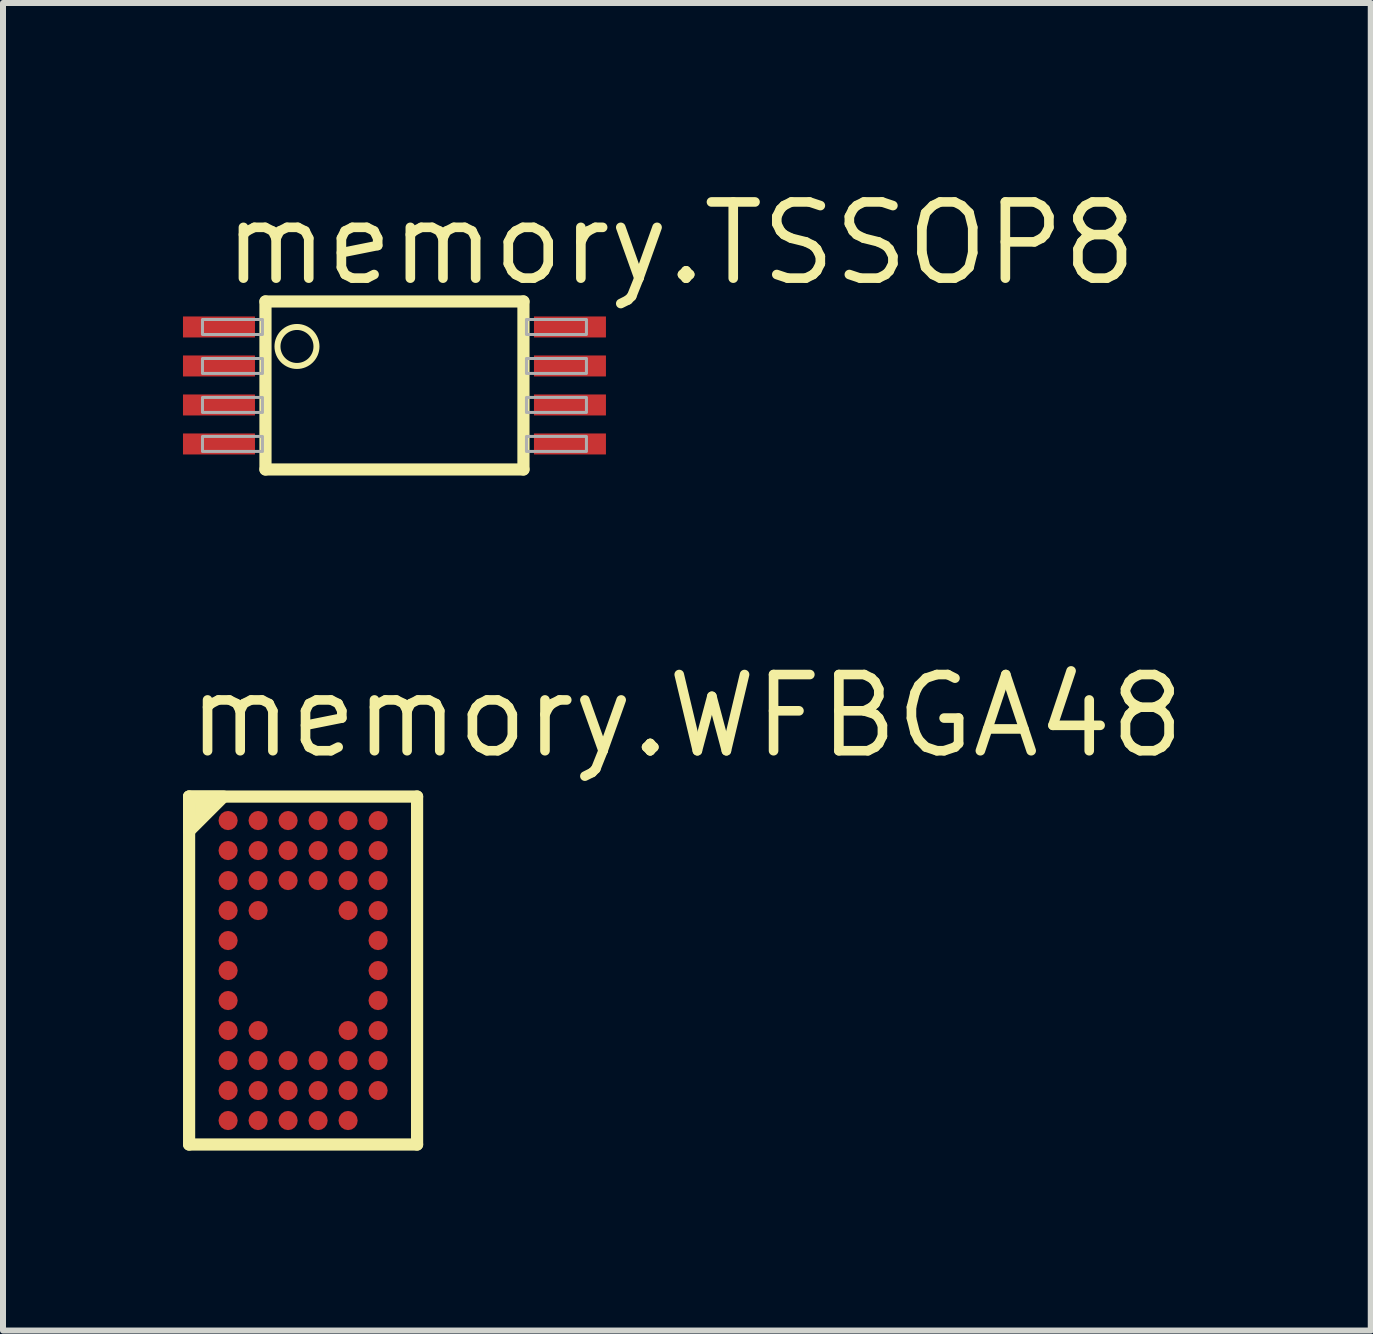
<source format=kicad_pcb>
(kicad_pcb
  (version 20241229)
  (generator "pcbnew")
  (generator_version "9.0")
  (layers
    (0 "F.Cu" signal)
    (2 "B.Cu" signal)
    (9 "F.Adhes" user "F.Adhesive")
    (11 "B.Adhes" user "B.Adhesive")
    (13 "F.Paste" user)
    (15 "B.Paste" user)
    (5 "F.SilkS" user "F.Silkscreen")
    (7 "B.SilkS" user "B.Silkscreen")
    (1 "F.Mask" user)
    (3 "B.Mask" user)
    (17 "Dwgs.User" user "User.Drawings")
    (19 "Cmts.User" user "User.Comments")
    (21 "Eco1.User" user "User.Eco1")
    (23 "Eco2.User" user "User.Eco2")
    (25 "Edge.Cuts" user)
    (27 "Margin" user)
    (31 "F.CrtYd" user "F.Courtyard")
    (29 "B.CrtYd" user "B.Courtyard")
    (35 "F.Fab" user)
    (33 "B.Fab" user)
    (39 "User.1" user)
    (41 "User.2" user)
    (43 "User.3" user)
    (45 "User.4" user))
  (footprint "memory.WFBGA48"
    (layer "F.Cu")
    (at 2.002 13.127)
    (property "Reference" "memory.WFBGA48" (at -2 -3.5 0) (layer "F.SilkS") (effects (font (size 1.27 1.27) (thickness 0.16)) (justify left bottom)))
    (attr smd)
    (fp_circle (center -1.25 -2.5) (end -1.09 -2.5) (stroke (width 0.1) (type default)) (fill no) (layer "F.Mask"))
    (fp_circle (center -1.25 -2) (end -1.09 -2) (stroke (width 0.1) (type default)) (fill no) (layer "F.Mask"))
    (fp_circle (center -1.25 -1.5) (end -1.09 -1.5) (stroke (width 0.1) (type default)) (fill no) (layer "F.Mask"))
    (fp_circle (center -1.25 -1) (end -1.09 -1) (stroke (width 0.1) (type default)) (fill no) (layer "F.Mask"))
    (fp_circle (center -1.25 -0.5) (end -1.09 -0.5) (stroke (width 0.1) (type default)) (fill no) (layer "F.Mask"))
    (fp_circle (center -1.25 0) (end -1.09 0) (stroke (width 0.1) (type default)) (fill no) (layer "F.Mask"))
    (fp_circle (center -1.25 0.5) (end -1.09 0.5) (stroke (width 0.1) (type default)) (fill no) (layer "F.Mask"))
    (fp_circle (center -1.25 1) (end -1.09 1) (stroke (width 0.1) (type default)) (fill no) (layer "F.Mask"))
    (fp_circle (center -1.25 1.5) (end -1.09 1.5) (stroke (width 0.1) (type default)) (fill no) (layer "F.Mask"))
    (fp_circle (center -1.25 2) (end -1.09 2) (stroke (width 0.1) (type default)) (fill no) (layer "F.Mask"))
    (fp_circle (center -1.25 2.5) (end -1.09 2.5) (stroke (width 0.1) (type default)) (fill no) (layer "F.Mask"))
    (fp_circle (center -0.75 -2.5) (end -0.59 -2.5) (stroke (width 0.1) (type default)) (fill no) (layer "F.Mask"))
    (fp_circle (center -0.75 -2) (end -0.59 -2) (stroke (width 0.1) (type default)) (fill no) (layer "F.Mask"))
    (fp_circle (center -0.75 -1.5) (end -0.59 -1.5) (stroke (width 0.1) (type default)) (fill no) (layer "F.Mask"))
    (fp_circle (center -0.75 -1) (end -0.59 -1) (stroke (width 0.1) (type default)) (fill no) (layer "F.Mask"))
    (fp_circle (center -0.75 1) (end -0.59 1) (stroke (width 0.1) (type default)) (fill no) (layer "F.Mask"))
    (fp_circle (center -0.75 1.5) (end -0.59 1.5) (stroke (width 0.1) (type default)) (fill no) (layer "F.Mask"))
    (fp_circle (center -0.75 2) (end -0.59 2) (stroke (width 0.1) (type default)) (fill no) (layer "F.Mask"))
    (fp_circle (center -0.75 2.5) (end -0.59 2.5) (stroke (width 0.1) (type default)) (fill no) (layer "F.Mask"))
    (fp_circle (center -0.25 -2.5) (end -0.09 -2.5) (stroke (width 0.1) (type default)) (fill no) (layer "F.Mask"))
    (fp_circle (center -0.25 -2) (end -0.09 -2) (stroke (width 0.1) (type default)) (fill no) (layer "F.Mask"))
    (fp_circle (center -0.25 -1.5) (end -0.09 -1.5) (stroke (width 0.1) (type default)) (fill no) (layer "F.Mask"))
    (fp_circle (center -0.25 1.5) (end -0.09 1.5) (stroke (width 0.1) (type default)) (fill no) (layer "F.Mask"))
    (fp_circle (center -0.25 2) (end -0.09 2) (stroke (width 0.1) (type default)) (fill no) (layer "F.Mask"))
    (fp_circle (center -0.25 2.5) (end -0.09 2.5) (stroke (width 0.1) (type default)) (fill no) (layer "F.Mask"))
    (fp_circle (center 0.25 -2.5) (end 0.41 -2.5) (stroke (width 0.1) (type default)) (fill no) (layer "F.Mask"))
    (fp_circle (center 0.25 -2) (end 0.41 -2) (stroke (width 0.1) (type default)) (fill no) (layer "F.Mask"))
    (fp_circle (center 0.25 -1.5) (end 0.41 -1.5) (stroke (width 0.1) (type default)) (fill no) (layer "F.Mask"))
    (fp_circle (center 0.25 1.5) (end 0.41 1.5) (stroke (width 0.1) (type default)) (fill no) (layer "F.Mask"))
    (fp_circle (center 0.25 2) (end 0.41 2) (stroke (width 0.1) (type default)) (fill no) (layer "F.Mask"))
    (fp_circle (center 0.25 2.5) (end 0.41 2.5) (stroke (width 0.1) (type default)) (fill no) (layer "F.Mask"))
    (fp_circle (center 0.75 -2.5) (end 0.91 -2.5) (stroke (width 0.1) (type default)) (fill no) (layer "F.Mask"))
    (fp_circle (center 0.75 -2) (end 0.91 -2) (stroke (width 0.1) (type default)) (fill no) (layer "F.Mask"))
    (fp_circle (center 0.75 -1.5) (end 0.91 -1.5) (stroke (width 0.1) (type default)) (fill no) (layer "F.Mask"))
    (fp_circle (center 0.75 -1) (end 0.91 -1) (stroke (width 0.1) (type default)) (fill no) (layer "F.Mask"))
    (fp_circle (center 0.75 1) (end 0.91 1) (stroke (width 0.1) (type default)) (fill no) (layer "F.Mask"))
    (fp_circle (center 0.75 1.5) (end 0.91 1.5) (stroke (width 0.1) (type default)) (fill no) (layer "F.Mask"))
    (fp_circle (center 0.75 2) (end 0.91 2) (stroke (width 0.1) (type default)) (fill no) (layer "F.Mask"))
    (fp_circle (center 0.75 2.5) (end 0.91 2.5) (stroke (width 0.1) (type default)) (fill no) (layer "F.Mask"))
    (fp_circle (center 1.25 -2.5) (end 1.41 -2.5) (stroke (width 0.1) (type default)) (fill no) (layer "F.Mask"))
    (fp_circle (center 1.25 -2) (end 1.41 -2) (stroke (width 0.1) (type default)) (fill no) (layer "F.Mask"))
    (fp_circle (center 1.25 -1.5) (end 1.41 -1.5) (stroke (width 0.1) (type default)) (fill no) (layer "F.Mask"))
    (fp_circle (center 1.25 -1) (end 1.41 -1) (stroke (width 0.1) (type default)) (fill no) (layer "F.Mask"))
    (fp_circle (center 1.25 -0.5) (end 1.41 -0.5) (stroke (width 0.1) (type default)) (fill no) (layer "F.Mask"))
    (fp_circle (center 1.25 0) (end 1.41 0) (stroke (width 0.1) (type default)) (fill no) (layer "F.Mask"))
    (fp_circle (center 1.25 0.5) (end 1.41 0.5) (stroke (width 0.1) (type default)) (fill no) (layer "F.Mask"))
    (fp_circle (center 1.25 1) (end 1.41 1) (stroke (width 0.1) (type default)) (fill no) (layer "F.Mask"))
    (fp_circle (center 1.25 1.5) (end 1.41 1.5) (stroke (width 0.1) (type default)) (fill no) (layer "F.Mask"))
    (fp_circle (center 1.25 2) (end 1.41 2) (stroke (width 0.1) (type default)) (fill no) (layer "F.Mask"))
    (fp_line (start -1.9 -2.9) (end 1.9 -2.9) (stroke (width 0.203) (type default)) (layer "F.SilkS"))
    (fp_line (start -1.9 2.9) (end -1.9 -2.9) (stroke (width 0.203) (type default)) (layer "F.SilkS"))
    (fp_line (start 1.9 -2.9) (end 1.9 2.9) (stroke (width 0.203) (type default)) (layer "F.SilkS"))
    (fp_line (start 1.9 2.9) (end -1.9 2.9) (stroke (width 0.203) (type default)) (layer "F.SilkS"))
    (fp_poly (pts (xy -1.9 -2.325) (xy -1.325 -2.9) (xy -1.9 -2.9)) (stroke (width 0.203) (type default)) (fill yes) (layer "F.SilkS"))
    (pad "A1" smd roundrect (at -1.25 -2.5) (size 0.32 0.32) (layers "F.Cu" "F.Mask" "F.Paste") (roundrect_rratio 0.5))
    (pad "A2" smd roundrect (at -0.75 -2.5) (size 0.32 0.32) (layers "F.Cu" "F.Mask" "F.Paste") (roundrect_rratio 0.5))
    (pad "A3" smd roundrect (at -0.25 -2.5) (size 0.32 0.32) (layers "F.Cu" "F.Mask" "F.Paste") (roundrect_rratio 0.5))
    (pad "A4" smd roundrect (at 0.25 -2.5) (size 0.32 0.32) (layers "F.Cu" "F.Mask" "F.Paste") (roundrect_rratio 0.5))
    (pad "A5" smd roundrect (at 0.75 -2.5) (size 0.32 0.32) (layers "F.Cu" "F.Mask" "F.Paste") (roundrect_rratio 0.5))
    (pad "A6" smd roundrect (at 1.25 -2.5) (size 0.32 0.32) (layers "F.Cu" "F.Mask" "F.Paste") (roundrect_rratio 0.5))
    (pad "B1" smd roundrect (at -1.25 -2) (size 0.32 0.32) (layers "F.Cu" "F.Mask" "F.Paste") (roundrect_rratio 0.5))
    (pad "B2" smd roundrect (at -0.75 -2) (size 0.32 0.32) (layers "F.Cu" "F.Mask" "F.Paste") (roundrect_rratio 0.5))
    (pad "B3" smd roundrect (at -0.25 -2) (size 0.32 0.32) (layers "F.Cu" "F.Mask" "F.Paste") (roundrect_rratio 0.5))
    (pad "B4" smd roundrect (at 0.25 -2) (size 0.32 0.32) (layers "F.Cu" "F.Mask" "F.Paste") (roundrect_rratio 0.5))
    (pad "B5" smd roundrect (at 0.75 -2) (size 0.32 0.32) (layers "F.Cu" "F.Mask" "F.Paste") (roundrect_rratio 0.5))
    (pad "B6" smd roundrect (at 1.25 -2) (size 0.32 0.32) (layers "F.Cu" "F.Mask" "F.Paste") (roundrect_rratio 0.5))
    (pad "C1" smd roundrect (at -1.25 -1.5) (size 0.32 0.32) (layers "F.Cu" "F.Mask" "F.Paste") (roundrect_rratio 0.5))
    (pad "C2" smd roundrect (at -0.75 -1.5) (size 0.32 0.32) (layers "F.Cu" "F.Mask" "F.Paste") (roundrect_rratio 0.5))
    (pad "C3" smd roundrect (at -0.25 -1.5) (size 0.32 0.32) (layers "F.Cu" "F.Mask" "F.Paste") (roundrect_rratio 0.5))
    (pad "C4" smd roundrect (at 0.25 -1.5) (size 0.32 0.32) (layers "F.Cu" "F.Mask" "F.Paste") (roundrect_rratio 0.5))
    (pad "C5" smd roundrect (at 0.75 -1.5) (size 0.32 0.32) (layers "F.Cu" "F.Mask" "F.Paste") (roundrect_rratio 0.5))
    (pad "C6" smd roundrect (at 1.25 -1.5) (size 0.32 0.32) (layers "F.Cu" "F.Mask" "F.Paste") (roundrect_rratio 0.5))
    (pad "D1" smd roundrect (at -1.25 -1) (size 0.32 0.32) (layers "F.Cu" "F.Mask" "F.Paste") (roundrect_rratio 0.5))
    (pad "D2" smd roundrect (at -0.75 -1) (size 0.32 0.32) (layers "F.Cu" "F.Mask" "F.Paste") (roundrect_rratio 0.5))
    (pad "D5" smd roundrect (at 0.75 -1) (size 0.32 0.32) (layers "F.Cu" "F.Mask" "F.Paste") (roundrect_rratio 0.5))
    (pad "D6" smd roundrect (at 1.25 -1) (size 0.32 0.32) (layers "F.Cu" "F.Mask" "F.Paste") (roundrect_rratio 0.5))
    (pad "E1" smd roundrect (at -1.25 -0.5) (size 0.32 0.32) (layers "F.Cu" "F.Mask" "F.Paste") (roundrect_rratio 0.5))
    (pad "E6" smd roundrect (at 1.25 -0.5) (size 0.32 0.32) (layers "F.Cu" "F.Mask" "F.Paste") (roundrect_rratio 0.5))
    (pad "F1" smd roundrect (at -1.25 0) (size 0.32 0.32) (layers "F.Cu" "F.Mask" "F.Paste") (roundrect_rratio 0.5))
    (pad "F6" smd roundrect (at 1.25 0) (size 0.32 0.32) (layers "F.Cu" "F.Mask" "F.Paste") (roundrect_rratio 0.5))
    (pad "G1" smd roundrect (at -1.25 0.5) (size 0.32 0.32) (layers "F.Cu" "F.Mask" "F.Paste") (roundrect_rratio 0.5))
    (pad "G6" smd roundrect (at 1.25 0.5) (size 0.32 0.32) (layers "F.Cu" "F.Mask" "F.Paste") (roundrect_rratio 0.5))
    (pad "H1" smd roundrect (at -1.25 1) (size 0.32 0.32) (layers "F.Cu" "F.Mask" "F.Paste") (roundrect_rratio 0.5))
    (pad "H2" smd roundrect (at -0.75 1) (size 0.32 0.32) (layers "F.Cu" "F.Mask" "F.Paste") (roundrect_rratio 0.5))
    (pad "H5" smd roundrect (at 0.75 1) (size 0.32 0.32) (layers "F.Cu" "F.Mask" "F.Paste") (roundrect_rratio 0.5))
    (pad "H6" smd roundrect (at 1.25 1) (size 0.32 0.32) (layers "F.Cu" "F.Mask" "F.Paste") (roundrect_rratio 0.5))
    (pad "J1" smd roundrect (at -1.25 1.5) (size 0.32 0.32) (layers "F.Cu" "F.Mask" "F.Paste") (roundrect_rratio 0.5))
    (pad "J2" smd roundrect (at -0.75 1.5) (size 0.32 0.32) (layers "F.Cu" "F.Mask" "F.Paste") (roundrect_rratio 0.5))
    (pad "J3" smd roundrect (at -0.25 1.5) (size 0.32 0.32) (layers "F.Cu" "F.Mask" "F.Paste") (roundrect_rratio 0.5))
    (pad "J4" smd roundrect (at 0.25 1.5) (size 0.32 0.32) (layers "F.Cu" "F.Mask" "F.Paste") (roundrect_rratio 0.5))
    (pad "J5" smd roundrect (at 0.75 1.5) (size 0.32 0.32) (layers "F.Cu" "F.Mask" "F.Paste") (roundrect_rratio 0.5))
    (pad "J6" smd roundrect (at 1.25 1.5) (size 0.32 0.32) (layers "F.Cu" "F.Mask" "F.Paste") (roundrect_rratio 0.5))
    (pad "K1" smd roundrect (at -1.25 2) (size 0.32 0.32) (layers "F.Cu" "F.Mask" "F.Paste") (roundrect_rratio 0.5))
    (pad "K2" smd roundrect (at -0.75 2) (size 0.32 0.32) (layers "F.Cu" "F.Mask" "F.Paste") (roundrect_rratio 0.5))
    (pad "K3" smd roundrect (at -0.25 2) (size 0.32 0.32) (layers "F.Cu" "F.Mask" "F.Paste") (roundrect_rratio 0.5))
    (pad "K4" smd roundrect (at 0.25 2) (size 0.32 0.32) (layers "F.Cu" "F.Mask" "F.Paste") (roundrect_rratio 0.5))
    (pad "K5" smd roundrect (at 0.75 2) (size 0.32 0.32) (layers "F.Cu" "F.Mask" "F.Paste") (roundrect_rratio 0.5))
    (pad "K6" smd roundrect (at 1.25 2) (size 0.32 0.32) (layers "F.Cu" "F.Mask" "F.Paste") (roundrect_rratio 0.5))
    (pad "L1" smd roundrect (at -1.25 2.5) (size 0.32 0.32) (layers "F.Cu" "F.Mask" "F.Paste") (roundrect_rratio 0.5))
    (pad "L2" smd roundrect (at -0.75 2.5) (size 0.32 0.32) (layers "F.Cu" "F.Mask" "F.Paste") (roundrect_rratio 0.5))
    (pad "L3" smd roundrect (at -0.25 2.5) (size 0.32 0.32) (layers "F.Cu" "F.Mask" "F.Paste") (roundrect_rratio 0.5))
    (pad "L4" smd roundrect (at 0.25 2.5) (size 0.32 0.32) (layers "F.Cu" "F.Mask" "F.Paste") (roundrect_rratio 0.5))
    (pad "L5" smd roundrect (at 0.75 2.5) (size 0.32 0.32) (layers "F.Cu" "F.Mask" "F.Paste") (roundrect_rratio 0.5)))
  (footprint "memory.TSSOP8"
    (layer "F.Cu")
    (at 3.525 3.375)
    (property "Reference" "memory.TSSOP8" (at -2.925 -1.625 0) (layer "F.SilkS") (effects (font (size 1.27 1.27) (thickness 0.16)) (justify left bottom)))
    (attr smd)
    (fp_line (start -2.15 -1.4) (end -2.15 1.4) (stroke (width 0.203) (type default)) (layer "F.SilkS"))
    (fp_line (start -2.15 1.4) (end 2.15 1.4) (stroke (width 0.203) (type default)) (layer "F.SilkS"))
    (fp_line (start 2.15 -1.4) (end -2.15 -1.4) (stroke (width 0.203) (type default)) (layer "F.SilkS"))
    (fp_line (start 2.15 1.4) (end 2.15 -1.4) (stroke (width 0.203) (type default)) (layer "F.SilkS"))
    (fp_circle (center -1.625 -0.65) (end -1.3 -0.65) (stroke (width 0.1) (type default)) (fill no) (layer "F.SilkS"))
    (fp_rect (start -3.2 -0.85) (end -2.2 -1.1) (stroke (width 0.05) (type default)) (fill no) (layer "F.Fab"))
    (fp_rect (start -3.2 -0.2) (end -2.2 -0.45) (stroke (width 0.05) (type default)) (fill no) (layer "F.Fab"))
    (fp_rect (start -3.2 0.45) (end -2.2 0.2) (stroke (width 0.05) (type default)) (fill no) (layer "F.Fab"))
    (fp_rect (start -3.2 1.1) (end -2.2 0.85) (stroke (width 0.05) (type default)) (fill no) (layer "F.Fab"))
    (fp_rect (start 2.2 -0.85) (end 3.2 -1.1) (stroke (width 0.05) (type default)) (fill no) (layer "F.Fab"))
    (fp_rect (start 2.2 -0.2) (end 3.2 -0.45) (stroke (width 0.05) (type default)) (fill no) (layer "F.Fab"))
    (fp_rect (start 2.2 0.45) (end 3.2 0.2) (stroke (width 0.05) (type default)) (fill no) (layer "F.Fab"))
    (fp_rect (start 2.2 1.1) (end 3.2 0.85) (stroke (width 0.05) (type default)) (fill no) (layer "F.Fab"))
    (pad "1" smd roundrect (at -2.925 -0.975) (size 1.2 0.35) (layers "F.Cu" "F.Mask" "F.Paste") (roundrect_rratio 0.01))
    (pad "2" smd roundrect (at -2.925 -0.325) (size 1.2 0.35) (layers "F.Cu" "F.Mask" "F.Paste") (roundrect_rratio 0.01))
    (pad "3" smd roundrect (at -2.925 0.325) (size 1.2 0.35) (layers "F.Cu" "F.Mask" "F.Paste") (roundrect_rratio 0.01))
    (pad "4" smd roundrect (at -2.925 0.975) (size 1.2 0.35) (layers "F.Cu" "F.Mask" "F.Paste") (roundrect_rratio 0.01))
    (pad "5" smd roundrect (at 2.925 0.975) (size 1.2 0.35) (layers "F.Cu" "F.Mask" "F.Paste") (roundrect_rratio 0.01))
    (pad "6" smd roundrect (at 2.925 0.325) (size 1.2 0.35) (layers "F.Cu" "F.Mask" "F.Paste") (roundrect_rratio 0.01))
    (pad "7" smd roundrect (at 2.925 -0.325) (size 1.2 0.35) (layers "F.Cu" "F.Mask" "F.Paste") (roundrect_rratio 0.01))
    (pad "8" smd roundrect (at 2.925 -0.975) (size 1.2 0.35) (layers "F.Cu" "F.Mask" "F.Paste") (roundrect_rratio 0.01)))
  (gr_rect
    (start -3 -3)
    (end 19.798 19.128)
    (stroke (width 0.1) (type default))
    (fill no)
    (layer "Edge.Cuts")))
</source>
